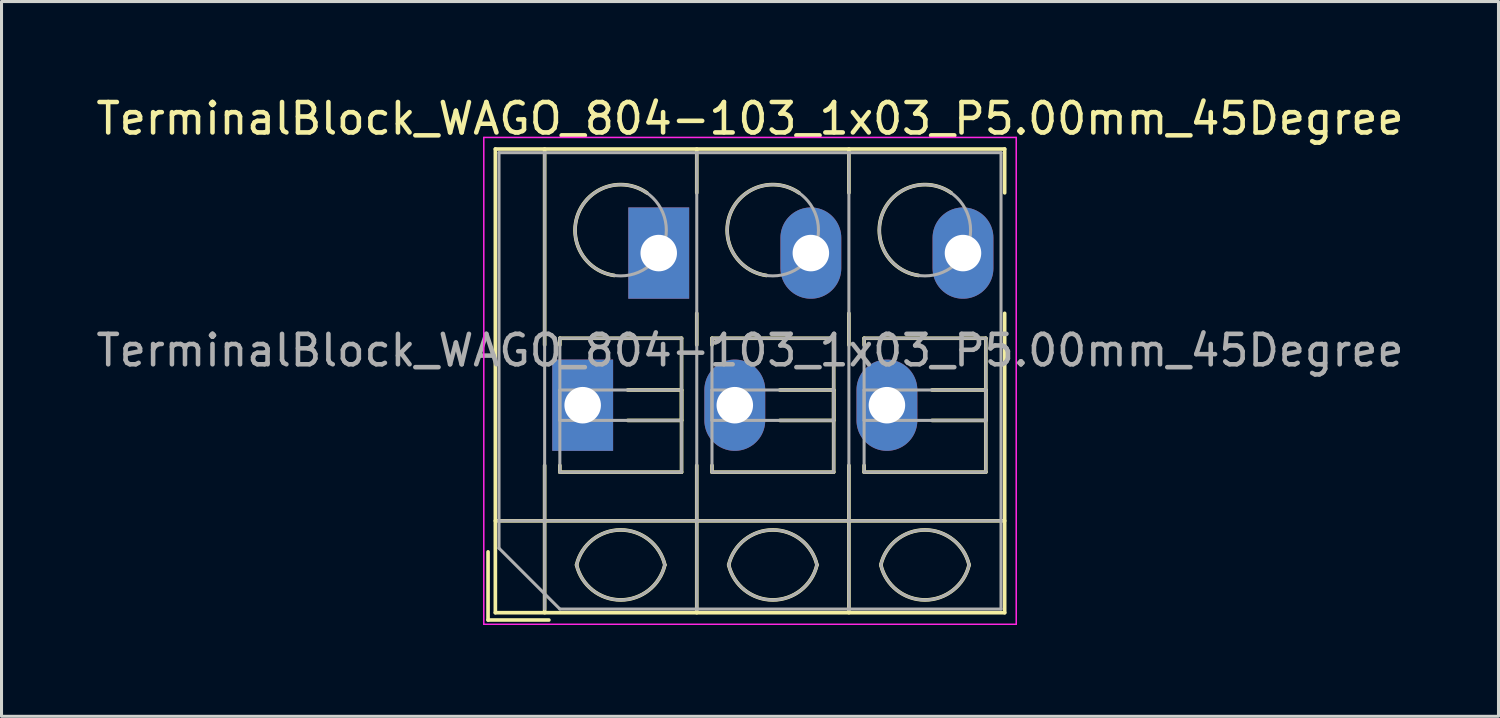
<source format=kicad_pcb>
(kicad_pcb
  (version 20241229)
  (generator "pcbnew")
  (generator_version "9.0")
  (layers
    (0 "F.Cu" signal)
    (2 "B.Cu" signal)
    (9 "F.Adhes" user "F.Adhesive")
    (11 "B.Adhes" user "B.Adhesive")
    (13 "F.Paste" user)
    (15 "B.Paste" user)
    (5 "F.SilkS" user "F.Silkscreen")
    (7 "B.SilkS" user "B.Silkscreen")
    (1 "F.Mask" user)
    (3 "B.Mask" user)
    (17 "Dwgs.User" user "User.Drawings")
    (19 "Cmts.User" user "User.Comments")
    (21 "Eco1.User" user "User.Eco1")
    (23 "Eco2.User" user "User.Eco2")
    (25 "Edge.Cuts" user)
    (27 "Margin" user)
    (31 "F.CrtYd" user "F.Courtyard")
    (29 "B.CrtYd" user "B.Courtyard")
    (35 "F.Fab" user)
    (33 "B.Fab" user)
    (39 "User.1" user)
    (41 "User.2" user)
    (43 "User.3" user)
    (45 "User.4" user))
  (footprint "TerminalBlock_WAGO_804-103_1x03_P5.00mm_45Degree"
    (layer "F.Cu")
    (at 16.101 10.268)
    (property "Reference" "TerminalBlock_WAGO_804-103_1x03_P5.00mm_45Degree" (at 5.5 -9.42 0) (layer "F.SilkS") (effects (font (size 1 1) (thickness 0.15))))
    (attr through_hole)
    (fp_line (start -3.11 4.82) (end -3.11 7.06) (stroke (width 0.12) (type solid)) (layer "F.SilkS"))
    (fp_line (start -3.11 7.06) (end -1.11 7.06) (stroke (width 0.12) (type solid)) (layer "F.SilkS"))
    (fp_line (start -2.87 -8.42) (end -2.87 6.82) (stroke (width 0.12) (type solid)) (layer "F.SilkS"))
    (fp_line (start -2.87 -8.42) (end 13.87 -8.42) (stroke (width 0.12) (type solid)) (layer "F.SilkS"))
    (fp_line (start -2.87 3.8) (end 13.87 3.8) (stroke (width 0.12) (type solid)) (layer "F.SilkS"))
    (fp_line (start -2.87 6.82) (end 13.87 6.82) (stroke (width 0.12) (type solid)) (layer "F.SilkS"))
    (fp_line (start -1.25 -8.42) (end -1.25 -1.98) (stroke (width 0.12) (type solid)) (layer "F.SilkS"))
    (fp_line (start -1.25 1.98) (end -1.25 6.82) (stroke (width 0.12) (type solid)) (layer "F.SilkS"))
    (fp_line (start -0.75 -2.2) (end -0.75 -1.98) (stroke (width 0.12) (type solid)) (layer "F.SilkS"))
    (fp_line (start -0.75 -2.2) (end 3.25 -2.2) (stroke (width 0.12) (type solid)) (layer "F.SilkS"))
    (fp_line (start -0.75 1.98) (end -0.75 2.2) (stroke (width 0.12) (type solid)) (layer "F.SilkS"))
    (fp_line (start -0.75 2.2) (end 3.25 2.2) (stroke (width 0.12) (type solid)) (layer "F.SilkS"))
    (fp_line (start 1.48 -0.5) (end 3.25 -0.5) (stroke (width 0.12) (type solid)) (layer "F.SilkS"))
    (fp_line (start 1.48 0.5) (end 3.25 0.5) (stroke (width 0.12) (type solid)) (layer "F.SilkS"))
    (fp_line (start 3.25 -2.2) (end 3.25 2.2) (stroke (width 0.12) (type solid)) (layer "F.SilkS"))
    (fp_line (start 3.25 -0.5) (end 3.25 0.5) (stroke (width 0.12) (type solid)) (layer "F.SilkS"))
    (fp_line (start 3.75 -8.42) (end 3.75 -6.98) (stroke (width 0.12) (type solid)) (layer "F.SilkS"))
    (fp_line (start 3.75 -3.02) (end 3.75 -1.98) (stroke (width 0.12) (type solid)) (layer "F.SilkS"))
    (fp_line (start 3.75 1.98) (end 3.75 6.82) (stroke (width 0.12) (type solid)) (layer "F.SilkS"))
    (fp_line (start 4.25 -2.2) (end 4.25 -1.98) (stroke (width 0.12) (type solid)) (layer "F.SilkS"))
    (fp_line (start 4.25 -2.2) (end 8.25 -2.2) (stroke (width 0.12) (type solid)) (layer "F.SilkS"))
    (fp_line (start 4.25 1.98) (end 4.25 2.2) (stroke (width 0.12) (type solid)) (layer "F.SilkS"))
    (fp_line (start 4.25 2.2) (end 8.25 2.2) (stroke (width 0.12) (type solid)) (layer "F.SilkS"))
    (fp_line (start 6.48 -0.5) (end 8.25 -0.5) (stroke (width 0.12) (type solid)) (layer "F.SilkS"))
    (fp_line (start 6.48 0.5) (end 8.25 0.5) (stroke (width 0.12) (type solid)) (layer "F.SilkS"))
    (fp_line (start 8.25 -2.2) (end 8.25 2.2) (stroke (width 0.12) (type solid)) (layer "F.SilkS"))
    (fp_line (start 8.25 -0.5) (end 8.25 0.5) (stroke (width 0.12) (type solid)) (layer "F.SilkS"))
    (fp_line (start 8.75 -8.42) (end 8.75 -6.98) (stroke (width 0.12) (type solid)) (layer "F.SilkS"))
    (fp_line (start 8.75 -3.02) (end 8.75 -1.98) (stroke (width 0.12) (type solid)) (layer "F.SilkS"))
    (fp_line (start 8.75 1.98) (end 8.75 6.82) (stroke (width 0.12) (type solid)) (layer "F.SilkS"))
    (fp_line (start 9.25 -2.2) (end 9.25 -1.98) (stroke (width 0.12) (type solid)) (layer "F.SilkS"))
    (fp_line (start 9.25 -2.2) (end 13.25 -2.2) (stroke (width 0.12) (type solid)) (layer "F.SilkS"))
    (fp_line (start 9.25 1.98) (end 9.25 2.2) (stroke (width 0.12) (type solid)) (layer "F.SilkS"))
    (fp_line (start 9.25 2.2) (end 13.25 2.2) (stroke (width 0.12) (type solid)) (layer "F.SilkS"))
    (fp_line (start 11.48 -0.5) (end 13.25 -0.5) (stroke (width 0.12) (type solid)) (layer "F.SilkS"))
    (fp_line (start 11.48 0.5) (end 13.25 0.5) (stroke (width 0.12) (type solid)) (layer "F.SilkS"))
    (fp_line (start 13.25 -2.2) (end 13.25 2.2) (stroke (width 0.12) (type solid)) (layer "F.SilkS"))
    (fp_line (start 13.25 -0.5) (end 13.25 0.5) (stroke (width 0.12) (type solid)) (layer "F.SilkS"))
    (fp_line (start 13.87 -8.42) (end 13.87 -6.98) (stroke (width 0.12) (type solid)) (layer "F.SilkS"))
    (fp_line (start 13.87 -3.02) (end 13.87 6.82) (stroke (width 0.12) (type solid)) (layer "F.SilkS"))
    (fp_arc (start -0.200865 5.250424) (mid 1.250296 4.099926) (end 2.701 5.251) (stroke (width 0.12) (type solid)) (layer "F.SilkS"))
    (fp_arc (start 1.040798 -4.264067) (mid -0.146039 -6.300306) (end 2.111 -6.979) (stroke (width 0.12) (type solid)) (layer "F.SilkS"))
    (fp_arc (start 2.7 5.25) (mid 1.250068 6.400101) (end -0.199969 5.250133) (stroke (width 0.12) (type solid)) (layer "F.SilkS"))
    (fp_arc (start 4.799135 5.250424) (mid 6.250296 4.099926) (end 7.701 5.251) (stroke (width 0.12) (type solid)) (layer "F.SilkS"))
    (fp_arc (start 6.040798 -4.264067) (mid 4.853961 -6.300306) (end 7.111 -6.979) (stroke (width 0.12) (type solid)) (layer "F.SilkS"))
    (fp_arc (start 7.7 5.25) (mid 6.250068 6.400101) (end 4.800031 5.250133) (stroke (width 0.12) (type solid)) (layer "F.SilkS"))
    (fp_arc (start 9.799135 5.250424) (mid 11.250296 4.099926) (end 12.701 5.251) (stroke (width 0.12) (type solid)) (layer "F.SilkS"))
    (fp_arc (start 11.040798 -4.264067) (mid 9.853961 -6.300306) (end 12.111 -6.979) (stroke (width 0.12) (type solid)) (layer "F.SilkS"))
    (fp_arc (start 12.7 5.25) (mid 11.250068 6.400101) (end 9.800031 5.250133) (stroke (width 0.12) (type solid)) (layer "F.SilkS"))
    (fp_line (start -3.25 -8.8) (end -3.25 7.2) (stroke (width 0.05) (type solid)) (layer "F.CrtYd"))
    (fp_line (start -3.25 7.2) (end 14.25 7.2) (stroke (width 0.05) (type solid)) (layer "F.CrtYd"))
    (fp_line (start 14.25 -8.8) (end -3.25 -8.8) (stroke (width 0.05) (type solid)) (layer "F.CrtYd"))
    (fp_line (start 14.25 7.2) (end 14.25 -8.8) (stroke (width 0.05) (type solid)) (layer "F.CrtYd"))
    (fp_line (start -2.75 -8.3) (end 13.75 -8.3) (stroke (width 0.1) (type solid)) (layer "F.Fab"))
    (fp_line (start -2.75 3.8) (end 13.75 3.8) (stroke (width 0.1) (type solid)) (layer "F.Fab"))
    (fp_line (start -2.75 4.7) (end -2.75 -8.3) (stroke (width 0.1) (type solid)) (layer "F.Fab"))
    (fp_line (start -1.25 -8.3) (end -1.25 6.7) (stroke (width 0.1) (type solid)) (layer "F.Fab"))
    (fp_line (start -0.75 -2.2) (end -0.75 2.2) (stroke (width 0.1) (type solid)) (layer "F.Fab"))
    (fp_line (start -0.75 -0.5) (end -0.75 0.5) (stroke (width 0.1) (type solid)) (layer "F.Fab"))
    (fp_line (start -0.75 0.5) (end 3.25 0.5) (stroke (width 0.1) (type solid)) (layer "F.Fab"))
    (fp_line (start -0.75 2.2) (end 3.25 2.2) (stroke (width 0.1) (type solid)) (layer "F.Fab"))
    (fp_line (start -0.75 6.7) (end -2.75 4.7) (stroke (width 0.1) (type solid)) (layer "F.Fab"))
    (fp_line (start 3.25 -2.2) (end -0.75 -2.2) (stroke (width 0.1) (type solid)) (layer "F.Fab"))
    (fp_line (start 3.25 -0.5) (end -0.75 -0.5) (stroke (width 0.1) (type solid)) (layer "F.Fab"))
    (fp_line (start 3.25 0.5) (end 3.25 -0.5) (stroke (width 0.1) (type solid)) (layer "F.Fab"))
    (fp_line (start 3.25 2.2) (end 3.25 -2.2) (stroke (width 0.1) (type solid)) (layer "F.Fab"))
    (fp_line (start 3.75 -8.3) (end 3.75 6.7) (stroke (width 0.1) (type solid)) (layer "F.Fab"))
    (fp_line (start 4.25 -2.2) (end 4.25 2.2) (stroke (width 0.1) (type solid)) (layer "F.Fab"))
    (fp_line (start 4.25 -0.5) (end 4.25 0.5) (stroke (width 0.1) (type solid)) (layer "F.Fab"))
    (fp_line (start 4.25 0.5) (end 8.25 0.5) (stroke (width 0.1) (type solid)) (layer "F.Fab"))
    (fp_line (start 4.25 2.2) (end 8.25 2.2) (stroke (width 0.1) (type solid)) (layer "F.Fab"))
    (fp_line (start 8.25 -2.2) (end 4.25 -2.2) (stroke (width 0.1) (type solid)) (layer "F.Fab"))
    (fp_line (start 8.25 -0.5) (end 4.25 -0.5) (stroke (width 0.1) (type solid)) (layer "F.Fab"))
    (fp_line (start 8.25 0.5) (end 8.25 -0.5) (stroke (width 0.1) (type solid)) (layer "F.Fab"))
    (fp_line (start 8.25 2.2) (end 8.25 -2.2) (stroke (width 0.1) (type solid)) (layer "F.Fab"))
    (fp_line (start 8.75 -8.3) (end 8.75 6.7) (stroke (width 0.1) (type solid)) (layer "F.Fab"))
    (fp_line (start 9.25 -2.2) (end 9.25 2.2) (stroke (width 0.1) (type solid)) (layer "F.Fab"))
    (fp_line (start 9.25 -0.5) (end 9.25 0.5) (stroke (width 0.1) (type solid)) (layer "F.Fab"))
    (fp_line (start 9.25 0.5) (end 13.25 0.5) (stroke (width 0.1) (type solid)) (layer "F.Fab"))
    (fp_line (start 9.25 2.2) (end 13.25 2.2) (stroke (width 0.1) (type solid)) (layer "F.Fab"))
    (fp_line (start 13.25 -2.2) (end 9.25 -2.2) (stroke (width 0.1) (type solid)) (layer "F.Fab"))
    (fp_line (start 13.25 -0.5) (end 9.25 -0.5) (stroke (width 0.1) (type solid)) (layer "F.Fab"))
    (fp_line (start 13.25 0.5) (end 13.25 -0.5) (stroke (width 0.1) (type solid)) (layer "F.Fab"))
    (fp_line (start 13.25 2.2) (end 13.25 -2.2) (stroke (width 0.1) (type solid)) (layer "F.Fab"))
    (fp_line (start 13.75 -8.3) (end 13.75 6.7) (stroke (width 0.1) (type solid)) (layer "F.Fab"))
    (fp_line (start 13.75 6.7) (end -0.75 6.7) (stroke (width 0.1) (type solid)) (layer "F.Fab"))
    (fp_arc (start -0.200865 5.250424) (mid 1.250296 4.099926) (end 2.701 5.251) (stroke (width 0.1) (type solid)) (layer "F.Fab"))
    (fp_arc (start 2.7 5.25) (mid 1.250068 6.400101) (end -0.199969 5.250133) (stroke (width 0.1) (type solid)) (layer "F.Fab"))
    (fp_arc (start 4.799135 5.250424) (mid 6.250296 4.099926) (end 7.701 5.251) (stroke (width 0.1) (type solid)) (layer "F.Fab"))
    (fp_arc (start 7.7 5.25) (mid 6.250068 6.400101) (end 4.800031 5.250133) (stroke (width 0.1) (type solid)) (layer "F.Fab"))
    (fp_arc (start 9.799135 5.250424) (mid 11.250296 4.099926) (end 12.701 5.251) (stroke (width 0.1) (type solid)) (layer "F.Fab"))
    (fp_arc (start 12.7 5.25) (mid 11.250068 6.400101) (end 9.800031 5.250133) (stroke (width 0.1) (type solid)) (layer "F.Fab"))
    (fp_circle (center 1.25 -5.75) (end 2.75 -5.75) (stroke (width 0.1) (type solid)) (fill no) (layer "F.Fab"))
    (fp_circle (center 6.25 -5.75) (end 7.75 -5.75) (stroke (width 0.1) (type solid)) (fill no) (layer "F.Fab"))
    (fp_circle (center 11.25 -5.75) (end 12.75 -5.75) (stroke (width 0.1) (type solid)) (fill no) (layer "F.Fab"))
    (fp_text user "${REFERENCE}" (at 5.5 -1.8 0) (layer "F.Fab") (effects (font (size 1 1) (thickness 0.15))))
    (pad "1" thru_hole rect (at 0 0) (size 2 3) (drill 1.2) (layers "*.Cu" "*.Mask"))
    (pad "1" thru_hole rect (at 2.5 -5) (size 2 3) (drill 1.2) (layers "*.Cu" "*.Mask"))
    (pad "2" thru_hole oval (at 5 0) (size 2 3) (drill 1.2) (layers "*.Cu" "*.Mask"))
    (pad "2" thru_hole oval (at 7.5 -5) (size 2 3) (drill 1.2) (layers "*.Cu" "*.Mask"))
    (pad "3" thru_hole oval (at 10 0) (size 2 3) (drill 1.2) (layers "*.Cu" "*.Mask"))
    (pad "3" thru_hole oval (at 12.5 -5) (size 2 3) (drill 1.2) (layers "*.Cu" "*.Mask")))
  (gr_rect
    (start -3 -3)
    (end 46.202 20.493)
    (stroke (width 0.1) (type default))
    (fill no)
    (layer "Edge.Cuts")))
</source>
